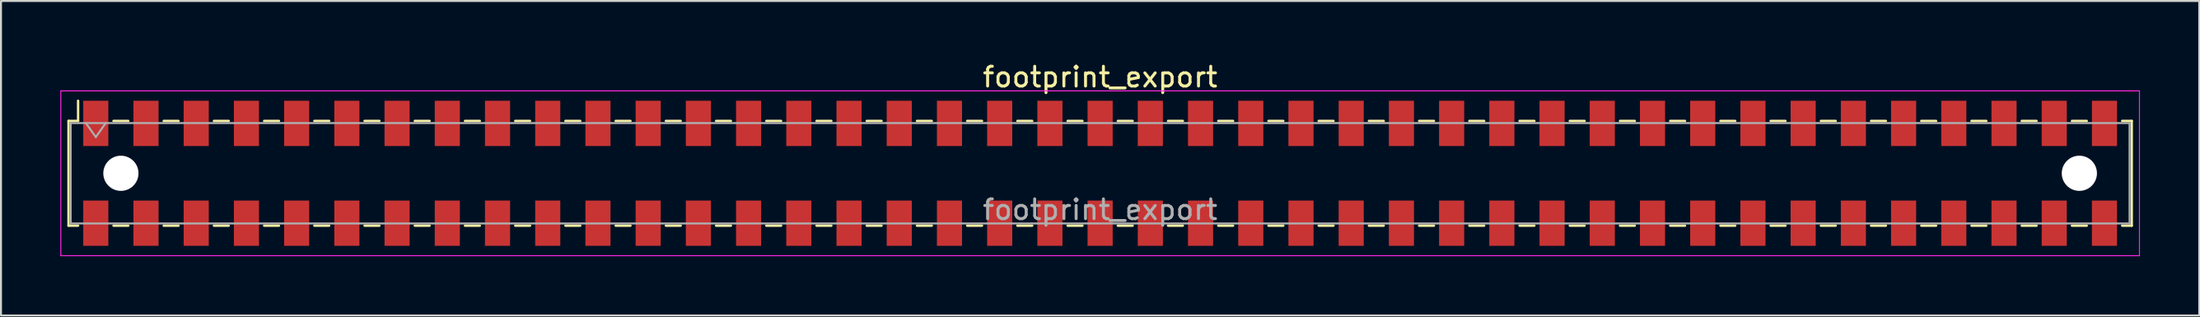
<source format=kicad_pcb>
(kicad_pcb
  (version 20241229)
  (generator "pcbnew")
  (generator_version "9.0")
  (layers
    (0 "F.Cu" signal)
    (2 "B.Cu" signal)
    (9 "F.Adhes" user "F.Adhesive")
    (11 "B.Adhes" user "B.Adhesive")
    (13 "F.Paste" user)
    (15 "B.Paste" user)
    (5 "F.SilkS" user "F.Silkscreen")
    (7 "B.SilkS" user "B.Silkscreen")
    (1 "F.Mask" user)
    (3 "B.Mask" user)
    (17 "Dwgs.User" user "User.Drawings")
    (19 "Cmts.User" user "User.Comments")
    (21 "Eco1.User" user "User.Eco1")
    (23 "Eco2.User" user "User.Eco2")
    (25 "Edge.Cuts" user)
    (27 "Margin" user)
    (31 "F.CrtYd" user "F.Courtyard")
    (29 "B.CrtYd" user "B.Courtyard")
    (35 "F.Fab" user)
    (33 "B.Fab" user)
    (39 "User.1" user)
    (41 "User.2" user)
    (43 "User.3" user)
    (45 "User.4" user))
  (footprint "footprint_export"
    (layer "F.Cu")
    (at 52.595 5.718)
    (property "Reference" "footprint_export" (at 0 -4.87 0) (layer "F.SilkS") (effects (font (size 1 1) (thickness 0.15))))
    (attr smd)
    (fp_line (start -52.18 -2.65) (end -52.18 2.65) (stroke (width 0.12) (type solid)) (layer "F.SilkS"))
    (fp_line (start -52.18 2.65) (end -51.695 2.65) (stroke (width 0.12) (type solid)) (layer "F.SilkS"))
    (fp_line (start -51.695 -3.67) (end -51.695 -2.65) (stroke (width 0.12) (type solid)) (layer "F.SilkS"))
    (fp_line (start -51.695 -2.65) (end -52.18 -2.65) (stroke (width 0.12) (type solid)) (layer "F.SilkS"))
    (fp_line (start -49.905 -2.65) (end -49.155 -2.65) (stroke (width 0.12) (type solid)) (layer "F.SilkS"))
    (fp_line (start -49.905 2.65) (end -49.155 2.65) (stroke (width 0.12) (type solid)) (layer "F.SilkS"))
    (fp_line (start -47.365 -2.65) (end -46.615 -2.65) (stroke (width 0.12) (type solid)) (layer "F.SilkS"))
    (fp_line (start -47.365 2.65) (end -46.615 2.65) (stroke (width 0.12) (type solid)) (layer "F.SilkS"))
    (fp_line (start -44.825 -2.65) (end -44.075 -2.65) (stroke (width 0.12) (type solid)) (layer "F.SilkS"))
    (fp_line (start -44.825 2.65) (end -44.075 2.65) (stroke (width 0.12) (type solid)) (layer "F.SilkS"))
    (fp_line (start -42.285 -2.65) (end -41.535 -2.65) (stroke (width 0.12) (type solid)) (layer "F.SilkS"))
    (fp_line (start -42.285 2.65) (end -41.535 2.65) (stroke (width 0.12) (type solid)) (layer "F.SilkS"))
    (fp_line (start -39.745 -2.65) (end -38.995 -2.65) (stroke (width 0.12) (type solid)) (layer "F.SilkS"))
    (fp_line (start -39.745 2.65) (end -38.995 2.65) (stroke (width 0.12) (type solid)) (layer "F.SilkS"))
    (fp_line (start -37.205 -2.65) (end -36.455 -2.65) (stroke (width 0.12) (type solid)) (layer "F.SilkS"))
    (fp_line (start -37.205 2.65) (end -36.455 2.65) (stroke (width 0.12) (type solid)) (layer "F.SilkS"))
    (fp_line (start -34.665 -2.65) (end -33.915 -2.65) (stroke (width 0.12) (type solid)) (layer "F.SilkS"))
    (fp_line (start -34.665 2.65) (end -33.915 2.65) (stroke (width 0.12) (type solid)) (layer "F.SilkS"))
    (fp_line (start -32.125 -2.65) (end -31.375 -2.65) (stroke (width 0.12) (type solid)) (layer "F.SilkS"))
    (fp_line (start -32.125 2.65) (end -31.375 2.65) (stroke (width 0.12) (type solid)) (layer "F.SilkS"))
    (fp_line (start -29.585 -2.65) (end -28.835 -2.65) (stroke (width 0.12) (type solid)) (layer "F.SilkS"))
    (fp_line (start -29.585 2.65) (end -28.835 2.65) (stroke (width 0.12) (type solid)) (layer "F.SilkS"))
    (fp_line (start -27.045 -2.65) (end -26.295 -2.65) (stroke (width 0.12) (type solid)) (layer "F.SilkS"))
    (fp_line (start -27.045 2.65) (end -26.295 2.65) (stroke (width 0.12) (type solid)) (layer "F.SilkS"))
    (fp_line (start -24.505 -2.65) (end -23.755 -2.65) (stroke (width 0.12) (type solid)) (layer "F.SilkS"))
    (fp_line (start -24.505 2.65) (end -23.755 2.65) (stroke (width 0.12) (type solid)) (layer "F.SilkS"))
    (fp_line (start -21.965 -2.65) (end -21.215 -2.65) (stroke (width 0.12) (type solid)) (layer "F.SilkS"))
    (fp_line (start -21.965 2.65) (end -21.215 2.65) (stroke (width 0.12) (type solid)) (layer "F.SilkS"))
    (fp_line (start -19.425 -2.65) (end -18.675 -2.65) (stroke (width 0.12) (type solid)) (layer "F.SilkS"))
    (fp_line (start -19.425 2.65) (end -18.675 2.65) (stroke (width 0.12) (type solid)) (layer "F.SilkS"))
    (fp_line (start -16.885 -2.65) (end -16.135 -2.65) (stroke (width 0.12) (type solid)) (layer "F.SilkS"))
    (fp_line (start -16.885 2.65) (end -16.135 2.65) (stroke (width 0.12) (type solid)) (layer "F.SilkS"))
    (fp_line (start -14.345 -2.65) (end -13.595 -2.65) (stroke (width 0.12) (type solid)) (layer "F.SilkS"))
    (fp_line (start -14.345 2.65) (end -13.595 2.65) (stroke (width 0.12) (type solid)) (layer "F.SilkS"))
    (fp_line (start -11.805 -2.65) (end -11.055 -2.65) (stroke (width 0.12) (type solid)) (layer "F.SilkS"))
    (fp_line (start -11.805 2.65) (end -11.055 2.65) (stroke (width 0.12) (type solid)) (layer "F.SilkS"))
    (fp_line (start -9.265 -2.65) (end -8.515 -2.65) (stroke (width 0.12) (type solid)) (layer "F.SilkS"))
    (fp_line (start -9.265 2.65) (end -8.515 2.65) (stroke (width 0.12) (type solid)) (layer "F.SilkS"))
    (fp_line (start -6.725 -2.65) (end -5.975 -2.65) (stroke (width 0.12) (type solid)) (layer "F.SilkS"))
    (fp_line (start -6.725 2.65) (end -5.975 2.65) (stroke (width 0.12) (type solid)) (layer "F.SilkS"))
    (fp_line (start -4.185 -2.65) (end -3.435 -2.65) (stroke (width 0.12) (type solid)) (layer "F.SilkS"))
    (fp_line (start -4.185 2.65) (end -3.435 2.65) (stroke (width 0.12) (type solid)) (layer "F.SilkS"))
    (fp_line (start -1.645 -2.65) (end -0.895 -2.65) (stroke (width 0.12) (type solid)) (layer "F.SilkS"))
    (fp_line (start -1.645 2.65) (end -0.895 2.65) (stroke (width 0.12) (type solid)) (layer "F.SilkS"))
    (fp_line (start 0.895 -2.65) (end 1.645 -2.65) (stroke (width 0.12) (type solid)) (layer "F.SilkS"))
    (fp_line (start 0.895 2.65) (end 1.645 2.65) (stroke (width 0.12) (type solid)) (layer "F.SilkS"))
    (fp_line (start 3.435 -2.65) (end 4.185 -2.65) (stroke (width 0.12) (type solid)) (layer "F.SilkS"))
    (fp_line (start 3.435 2.65) (end 4.185 2.65) (stroke (width 0.12) (type solid)) (layer "F.SilkS"))
    (fp_line (start 5.975 -2.65) (end 6.725 -2.65) (stroke (width 0.12) (type solid)) (layer "F.SilkS"))
    (fp_line (start 5.975 2.65) (end 6.725 2.65) (stroke (width 0.12) (type solid)) (layer "F.SilkS"))
    (fp_line (start 8.515 -2.65) (end 9.265 -2.65) (stroke (width 0.12) (type solid)) (layer "F.SilkS"))
    (fp_line (start 8.515 2.65) (end 9.265 2.65) (stroke (width 0.12) (type solid)) (layer "F.SilkS"))
    (fp_line (start 11.055 -2.65) (end 11.805 -2.65) (stroke (width 0.12) (type solid)) (layer "F.SilkS"))
    (fp_line (start 11.055 2.65) (end 11.805 2.65) (stroke (width 0.12) (type solid)) (layer "F.SilkS"))
    (fp_line (start 13.595 -2.65) (end 14.345 -2.65) (stroke (width 0.12) (type solid)) (layer "F.SilkS"))
    (fp_line (start 13.595 2.65) (end 14.345 2.65) (stroke (width 0.12) (type solid)) (layer "F.SilkS"))
    (fp_line (start 16.135 -2.65) (end 16.885 -2.65) (stroke (width 0.12) (type solid)) (layer "F.SilkS"))
    (fp_line (start 16.135 2.65) (end 16.885 2.65) (stroke (width 0.12) (type solid)) (layer "F.SilkS"))
    (fp_line (start 18.675 -2.65) (end 19.425 -2.65) (stroke (width 0.12) (type solid)) (layer "F.SilkS"))
    (fp_line (start 18.675 2.65) (end 19.425 2.65) (stroke (width 0.12) (type solid)) (layer "F.SilkS"))
    (fp_line (start 21.215 -2.65) (end 21.965 -2.65) (stroke (width 0.12) (type solid)) (layer "F.SilkS"))
    (fp_line (start 21.215 2.65) (end 21.965 2.65) (stroke (width 0.12) (type solid)) (layer "F.SilkS"))
    (fp_line (start 23.755 -2.65) (end 24.505 -2.65) (stroke (width 0.12) (type solid)) (layer "F.SilkS"))
    (fp_line (start 23.755 2.65) (end 24.505 2.65) (stroke (width 0.12) (type solid)) (layer "F.SilkS"))
    (fp_line (start 26.295 -2.65) (end 27.045 -2.65) (stroke (width 0.12) (type solid)) (layer "F.SilkS"))
    (fp_line (start 26.295 2.65) (end 27.045 2.65) (stroke (width 0.12) (type solid)) (layer "F.SilkS"))
    (fp_line (start 28.835 -2.65) (end 29.585 -2.65) (stroke (width 0.12) (type solid)) (layer "F.SilkS"))
    (fp_line (start 28.835 2.65) (end 29.585 2.65) (stroke (width 0.12) (type solid)) (layer "F.SilkS"))
    (fp_line (start 31.375 -2.65) (end 32.125 -2.65) (stroke (width 0.12) (type solid)) (layer "F.SilkS"))
    (fp_line (start 31.375 2.65) (end 32.125 2.65) (stroke (width 0.12) (type solid)) (layer "F.SilkS"))
    (fp_line (start 33.915 -2.65) (end 34.665 -2.65) (stroke (width 0.12) (type solid)) (layer "F.SilkS"))
    (fp_line (start 33.915 2.65) (end 34.665 2.65) (stroke (width 0.12) (type solid)) (layer "F.SilkS"))
    (fp_line (start 36.455 -2.65) (end 37.205 -2.65) (stroke (width 0.12) (type solid)) (layer "F.SilkS"))
    (fp_line (start 36.455 2.65) (end 37.205 2.65) (stroke (width 0.12) (type solid)) (layer "F.SilkS"))
    (fp_line (start 38.995 -2.65) (end 39.745 -2.65) (stroke (width 0.12) (type solid)) (layer "F.SilkS"))
    (fp_line (start 38.995 2.65) (end 39.745 2.65) (stroke (width 0.12) (type solid)) (layer "F.SilkS"))
    (fp_line (start 41.535 -2.65) (end 42.285 -2.65) (stroke (width 0.12) (type solid)) (layer "F.SilkS"))
    (fp_line (start 41.535 2.65) (end 42.285 2.65) (stroke (width 0.12) (type solid)) (layer "F.SilkS"))
    (fp_line (start 44.075 -2.65) (end 44.825 -2.65) (stroke (width 0.12) (type solid)) (layer "F.SilkS"))
    (fp_line (start 44.075 2.65) (end 44.825 2.65) (stroke (width 0.12) (type solid)) (layer "F.SilkS"))
    (fp_line (start 46.615 -2.65) (end 47.365 -2.65) (stroke (width 0.12) (type solid)) (layer "F.SilkS"))
    (fp_line (start 46.615 2.65) (end 47.365 2.65) (stroke (width 0.12) (type solid)) (layer "F.SilkS"))
    (fp_line (start 49.155 -2.65) (end 49.905 -2.65) (stroke (width 0.12) (type solid)) (layer "F.SilkS"))
    (fp_line (start 49.155 2.65) (end 49.905 2.65) (stroke (width 0.12) (type solid)) (layer "F.SilkS"))
    (fp_line (start 51.695 -2.65) (end 52.18 -2.65) (stroke (width 0.12) (type solid)) (layer "F.SilkS"))
    (fp_line (start 52.18 -2.65) (end 52.18 2.65) (stroke (width 0.12) (type solid)) (layer "F.SilkS"))
    (fp_line (start 52.18 2.65) (end 51.695 2.65) (stroke (width 0.12) (type solid)) (layer "F.SilkS"))
    (fp_line (start -52.57 -4.17) (end 52.57 -4.17) (stroke (width 0.05) (type solid)) (layer "F.CrtYd"))
    (fp_line (start -52.57 4.17) (end -52.57 -4.17) (stroke (width 0.05) (type solid)) (layer "F.CrtYd"))
    (fp_line (start 52.57 -4.17) (end 52.57 4.17) (stroke (width 0.05) (type solid)) (layer "F.CrtYd"))
    (fp_line (start 52.57 4.17) (end -52.57 4.17) (stroke (width 0.05) (type solid)) (layer "F.CrtYd"))
    (fp_line (start -52.07 -2.54) (end 52.07 -2.54) (stroke (width 0.1) (type solid)) (layer "F.Fab"))
    (fp_line (start -52.07 2.54) (end -52.07 -2.54) (stroke (width 0.1) (type solid)) (layer "F.Fab"))
    (fp_line (start -51.3 -2.54) (end -50.8 -1.833) (stroke (width 0.1) (type solid)) (layer "F.Fab"))
    (fp_line (start -50.8 -1.833) (end -50.3 -2.54) (stroke (width 0.1) (type solid)) (layer "F.Fab"))
    (fp_line (start 52.07 -2.54) (end 52.07 2.54) (stroke (width 0.1) (type solid)) (layer "F.Fab"))
    (fp_line (start 52.07 2.54) (end -52.07 2.54) (stroke (width 0.1) (type solid)) (layer "F.Fab"))
    (fp_text user "${REFERENCE}" (at 0 1.84 0) (layer "F.Fab") (effects (font (size 1 1) (thickness 0.15))))
    (pad "" np_thru_hole circle (at -49.53 0) (size 1.78 1.78) (drill 1.78) (layers "*.Cu" "*.Mask"))
    (pad "" np_thru_hole circle (at 49.53 0) (size 1.78 1.78) (drill 1.78) (layers "*.Cu" "*.Mask"))
    (pad "1" smd rect (at -50.8 -2.525) (size 1.27 2.29) (layers "F.Cu" "F.Mask" "F.Paste"))
    (pad "2" smd rect (at -50.8 2.525) (size 1.27 2.29) (layers "F.Cu" "F.Mask" "F.Paste"))
    (pad "3" smd rect (at -48.26 -2.525) (size 1.27 2.29) (layers "F.Cu" "F.Mask" "F.Paste"))
    (pad "4" smd rect (at -48.26 2.525) (size 1.27 2.29) (layers "F.Cu" "F.Mask" "F.Paste"))
    (pad "5" smd rect (at -45.72 -2.525) (size 1.27 2.29) (layers "F.Cu" "F.Mask" "F.Paste"))
    (pad "6" smd rect (at -45.72 2.525) (size 1.27 2.29) (layers "F.Cu" "F.Mask" "F.Paste"))
    (pad "7" smd rect (at -43.18 -2.525) (size 1.27 2.29) (layers "F.Cu" "F.Mask" "F.Paste"))
    (pad "8" smd rect (at -43.18 2.525) (size 1.27 2.29) (layers "F.Cu" "F.Mask" "F.Paste"))
    (pad "9" smd rect (at -40.64 -2.525) (size 1.27 2.29) (layers "F.Cu" "F.Mask" "F.Paste"))
    (pad "10" smd rect (at -40.64 2.525) (size 1.27 2.29) (layers "F.Cu" "F.Mask" "F.Paste"))
    (pad "11" smd rect (at -38.1 -2.525) (size 1.27 2.29) (layers "F.Cu" "F.Mask" "F.Paste"))
    (pad "12" smd rect (at -38.1 2.525) (size 1.27 2.29) (layers "F.Cu" "F.Mask" "F.Paste"))
    (pad "13" smd rect (at -35.56 -2.525) (size 1.27 2.29) (layers "F.Cu" "F.Mask" "F.Paste"))
    (pad "14" smd rect (at -35.56 2.525) (size 1.27 2.29) (layers "F.Cu" "F.Mask" "F.Paste"))
    (pad "15" smd rect (at -33.02 -2.525) (size 1.27 2.29) (layers "F.Cu" "F.Mask" "F.Paste"))
    (pad "16" smd rect (at -33.02 2.525) (size 1.27 2.29) (layers "F.Cu" "F.Mask" "F.Paste"))
    (pad "17" smd rect (at -30.48 -2.525) (size 1.27 2.29) (layers "F.Cu" "F.Mask" "F.Paste"))
    (pad "18" smd rect (at -30.48 2.525) (size 1.27 2.29) (layers "F.Cu" "F.Mask" "F.Paste"))
    (pad "19" smd rect (at -27.94 -2.525) (size 1.27 2.29) (layers "F.Cu" "F.Mask" "F.Paste"))
    (pad "20" smd rect (at -27.94 2.525) (size 1.27 2.29) (layers "F.Cu" "F.Mask" "F.Paste"))
    (pad "21" smd rect (at -25.4 -2.525) (size 1.27 2.29) (layers "F.Cu" "F.Mask" "F.Paste"))
    (pad "22" smd rect (at -25.4 2.525) (size 1.27 2.29) (layers "F.Cu" "F.Mask" "F.Paste"))
    (pad "23" smd rect (at -22.86 -2.525) (size 1.27 2.29) (layers "F.Cu" "F.Mask" "F.Paste"))
    (pad "24" smd rect (at -22.86 2.525) (size 1.27 2.29) (layers "F.Cu" "F.Mask" "F.Paste"))
    (pad "25" smd rect (at -20.32 -2.525) (size 1.27 2.29) (layers "F.Cu" "F.Mask" "F.Paste"))
    (pad "26" smd rect (at -20.32 2.525) (size 1.27 2.29) (layers "F.Cu" "F.Mask" "F.Paste"))
    (pad "27" smd rect (at -17.78 -2.525) (size 1.27 2.29) (layers "F.Cu" "F.Mask" "F.Paste"))
    (pad "28" smd rect (at -17.78 2.525) (size 1.27 2.29) (layers "F.Cu" "F.Mask" "F.Paste"))
    (pad "29" smd rect (at -15.24 -2.525) (size 1.27 2.29) (layers "F.Cu" "F.Mask" "F.Paste"))
    (pad "30" smd rect (at -15.24 2.525) (size 1.27 2.29) (layers "F.Cu" "F.Mask" "F.Paste"))
    (pad "31" smd rect (at -12.7 -2.525) (size 1.27 2.29) (layers "F.Cu" "F.Mask" "F.Paste"))
    (pad "32" smd rect (at -12.7 2.525) (size 1.27 2.29) (layers "F.Cu" "F.Mask" "F.Paste"))
    (pad "33" smd rect (at -10.16 -2.525) (size 1.27 2.29) (layers "F.Cu" "F.Mask" "F.Paste"))
    (pad "34" smd rect (at -10.16 2.525) (size 1.27 2.29) (layers "F.Cu" "F.Mask" "F.Paste"))
    (pad "35" smd rect (at -7.62 -2.525) (size 1.27 2.29) (layers "F.Cu" "F.Mask" "F.Paste"))
    (pad "36" smd rect (at -7.62 2.525) (size 1.27 2.29) (layers "F.Cu" "F.Mask" "F.Paste"))
    (pad "37" smd rect (at -5.08 -2.525) (size 1.27 2.29) (layers "F.Cu" "F.Mask" "F.Paste"))
    (pad "38" smd rect (at -5.08 2.525) (size 1.27 2.29) (layers "F.Cu" "F.Mask" "F.Paste"))
    (pad "39" smd rect (at -2.54 -2.525) (size 1.27 2.29) (layers "F.Cu" "F.Mask" "F.Paste"))
    (pad "40" smd rect (at -2.54 2.525) (size 1.27 2.29) (layers "F.Cu" "F.Mask" "F.Paste"))
    (pad "41" smd rect (at 0 -2.525) (size 1.27 2.29) (layers "F.Cu" "F.Mask" "F.Paste"))
    (pad "42" smd rect (at 0 2.525) (size 1.27 2.29) (layers "F.Cu" "F.Mask" "F.Paste"))
    (pad "43" smd rect (at 2.54 -2.525) (size 1.27 2.29) (layers "F.Cu" "F.Mask" "F.Paste"))
    (pad "44" smd rect (at 2.54 2.525) (size 1.27 2.29) (layers "F.Cu" "F.Mask" "F.Paste"))
    (pad "45" smd rect (at 5.08 -2.525) (size 1.27 2.29) (layers "F.Cu" "F.Mask" "F.Paste"))
    (pad "46" smd rect (at 5.08 2.525) (size 1.27 2.29) (layers "F.Cu" "F.Mask" "F.Paste"))
    (pad "47" smd rect (at 7.62 -2.525) (size 1.27 2.29) (layers "F.Cu" "F.Mask" "F.Paste"))
    (pad "48" smd rect (at 7.62 2.525) (size 1.27 2.29) (layers "F.Cu" "F.Mask" "F.Paste"))
    (pad "49" smd rect (at 10.16 -2.525) (size 1.27 2.29) (layers "F.Cu" "F.Mask" "F.Paste"))
    (pad "50" smd rect (at 10.16 2.525) (size 1.27 2.29) (layers "F.Cu" "F.Mask" "F.Paste"))
    (pad "51" smd rect (at 12.7 -2.525) (size 1.27 2.29) (layers "F.Cu" "F.Mask" "F.Paste"))
    (pad "52" smd rect (at 12.7 2.525) (size 1.27 2.29) (layers "F.Cu" "F.Mask" "F.Paste"))
    (pad "53" smd rect (at 15.24 -2.525) (size 1.27 2.29) (layers "F.Cu" "F.Mask" "F.Paste"))
    (pad "54" smd rect (at 15.24 2.525) (size 1.27 2.29) (layers "F.Cu" "F.Mask" "F.Paste"))
    (pad "55" smd rect (at 17.78 -2.525) (size 1.27 2.29) (layers "F.Cu" "F.Mask" "F.Paste"))
    (pad "56" smd rect (at 17.78 2.525) (size 1.27 2.29) (layers "F.Cu" "F.Mask" "F.Paste"))
    (pad "57" smd rect (at 20.32 -2.525) (size 1.27 2.29) (layers "F.Cu" "F.Mask" "F.Paste"))
    (pad "58" smd rect (at 20.32 2.525) (size 1.27 2.29) (layers "F.Cu" "F.Mask" "F.Paste"))
    (pad "59" smd rect (at 22.86 -2.525) (size 1.27 2.29) (layers "F.Cu" "F.Mask" "F.Paste"))
    (pad "60" smd rect (at 22.86 2.525) (size 1.27 2.29) (layers "F.Cu" "F.Mask" "F.Paste"))
    (pad "61" smd rect (at 25.4 -2.525) (size 1.27 2.29) (layers "F.Cu" "F.Mask" "F.Paste"))
    (pad "62" smd rect (at 25.4 2.525) (size 1.27 2.29) (layers "F.Cu" "F.Mask" "F.Paste"))
    (pad "63" smd rect (at 27.94 -2.525) (size 1.27 2.29) (layers "F.Cu" "F.Mask" "F.Paste"))
    (pad "64" smd rect (at 27.94 2.525) (size 1.27 2.29) (layers "F.Cu" "F.Mask" "F.Paste"))
    (pad "65" smd rect (at 30.48 -2.525) (size 1.27 2.29) (layers "F.Cu" "F.Mask" "F.Paste"))
    (pad "66" smd rect (at 30.48 2.525) (size 1.27 2.29) (layers "F.Cu" "F.Mask" "F.Paste"))
    (pad "67" smd rect (at 33.02 -2.525) (size 1.27 2.29) (layers "F.Cu" "F.Mask" "F.Paste"))
    (pad "68" smd rect (at 33.02 2.525) (size 1.27 2.29) (layers "F.Cu" "F.Mask" "F.Paste"))
    (pad "69" smd rect (at 35.56 -2.525) (size 1.27 2.29) (layers "F.Cu" "F.Mask" "F.Paste"))
    (pad "70" smd rect (at 35.56 2.525) (size 1.27 2.29) (layers "F.Cu" "F.Mask" "F.Paste"))
    (pad "71" smd rect (at 38.1 -2.525) (size 1.27 2.29) (layers "F.Cu" "F.Mask" "F.Paste"))
    (pad "72" smd rect (at 38.1 2.525) (size 1.27 2.29) (layers "F.Cu" "F.Mask" "F.Paste"))
    (pad "73" smd rect (at 40.64 -2.525) (size 1.27 2.29) (layers "F.Cu" "F.Mask" "F.Paste"))
    (pad "74" smd rect (at 40.64 2.525) (size 1.27 2.29) (layers "F.Cu" "F.Mask" "F.Paste"))
    (pad "75" smd rect (at 43.18 -2.525) (size 1.27 2.29) (layers "F.Cu" "F.Mask" "F.Paste"))
    (pad "76" smd rect (at 43.18 2.525) (size 1.27 2.29) (layers "F.Cu" "F.Mask" "F.Paste"))
    (pad "77" smd rect (at 45.72 -2.525) (size 1.27 2.29) (layers "F.Cu" "F.Mask" "F.Paste"))
    (pad "78" smd rect (at 45.72 2.525) (size 1.27 2.29) (layers "F.Cu" "F.Mask" "F.Paste"))
    (pad "79" smd rect (at 48.26 -2.525) (size 1.27 2.29) (layers "F.Cu" "F.Mask" "F.Paste"))
    (pad "80" smd rect (at 48.26 2.525) (size 1.27 2.29) (layers "F.Cu" "F.Mask" "F.Paste"))
    (pad "81" smd rect (at 50.8 -2.525) (size 1.27 2.29) (layers "F.Cu" "F.Mask" "F.Paste"))
    (pad "82" smd rect (at 50.8 2.525) (size 1.27 2.29) (layers "F.Cu" "F.Mask" "F.Paste")))
  (gr_rect
    (start -3 -3)
    (end 108.19 12.913)
    (stroke (width 0.1) (type default))
    (fill no)
    (layer "Edge.Cuts")))
</source>
